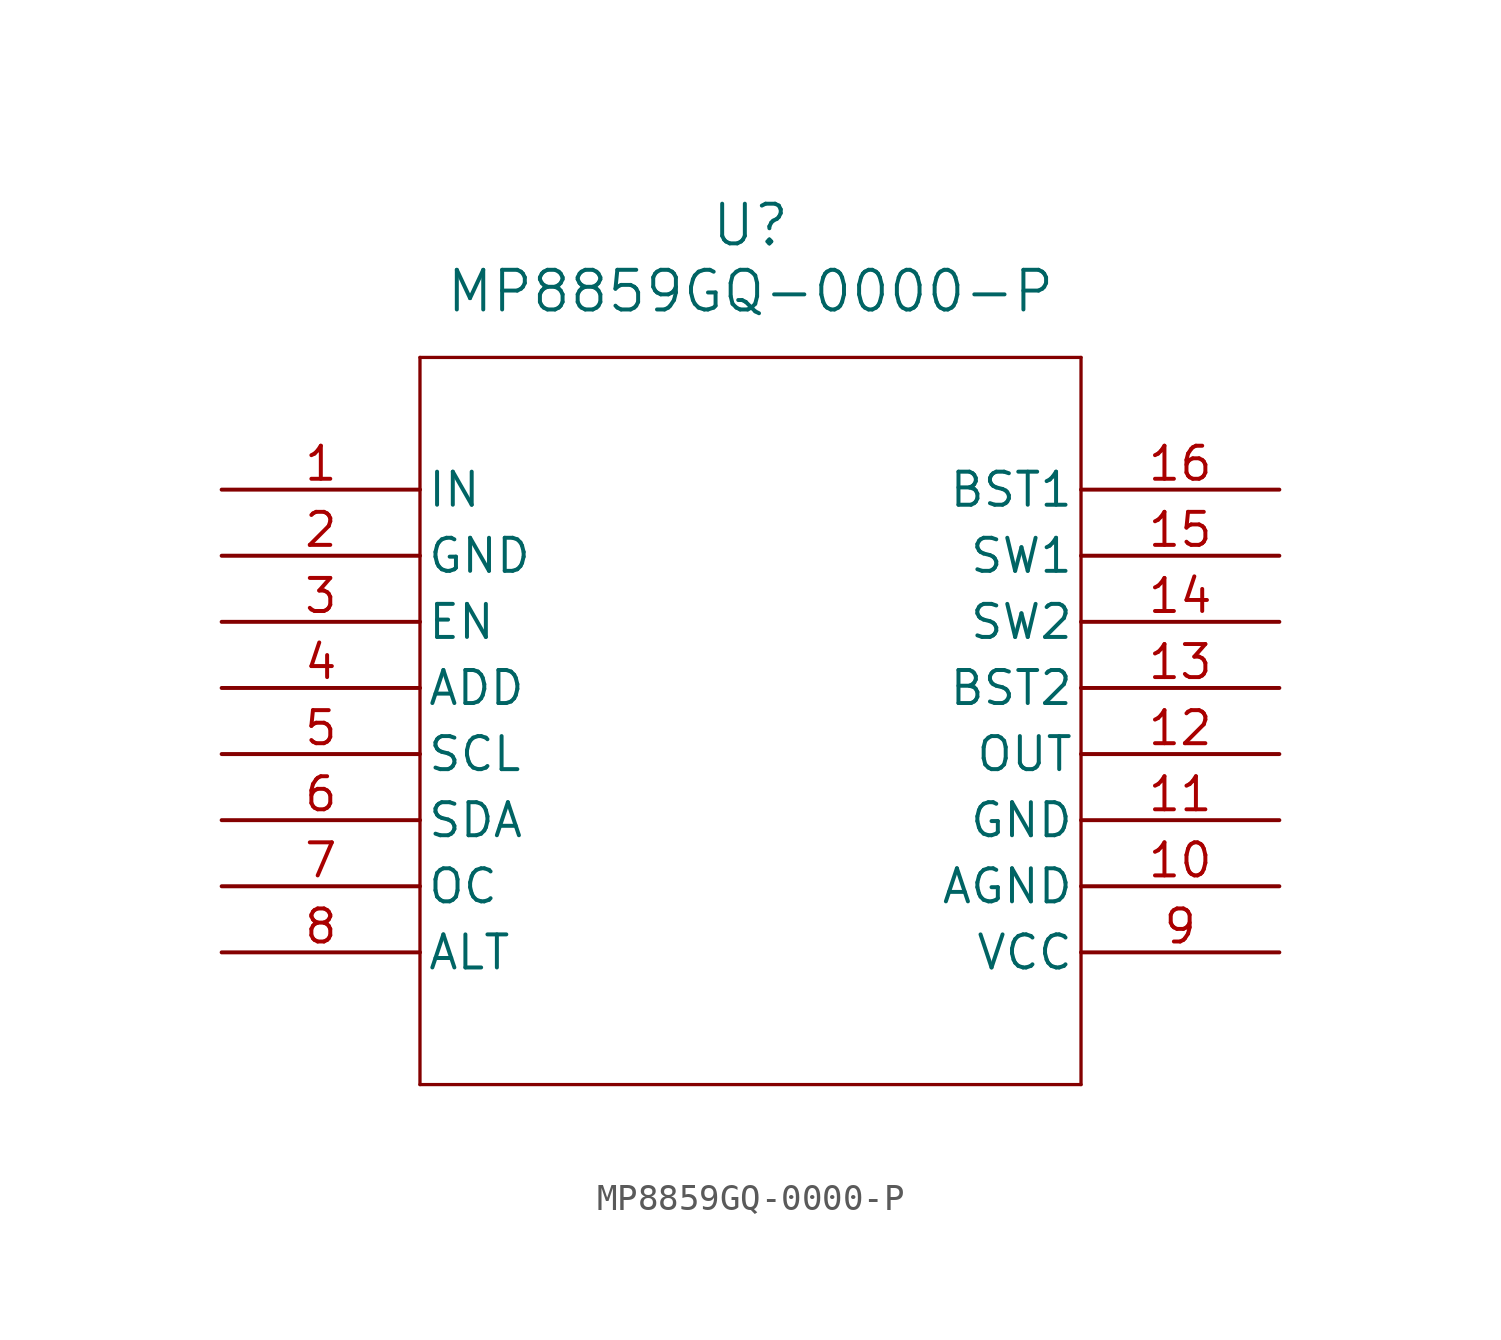
<source format=kicad_sym>
(kicad_symbol_lib
  (version 20211014)
  (generator kicad_symbol_editor)
  (symbol "MP8859GQ-0000-P"
    (pin_names
      (offset 0.254))
    (property "Reference" "U"
      (at 20.32 10.16 0)
      (effects (font (size 1.524 1.524))))
    (property "Value" "MP8859GQ-0000-P"
      (at 20.32 7.62 0)
      (effects (font (size 1.524 1.524))))
    (symbol "MP8859GQ-0000-P_0_1"
      (polyline (pts (xy 7.62 5.08) (xy 7.62 -22.86)) (stroke (width 0.127) (type default) (color 0 0 0 0)) (fill (type none)))
      (polyline (pts (xy 7.62 -22.86) (xy 33.02 -22.86)) (stroke (width 0.127) (type default) (color 0 0 0 0)) (fill (type none)))
      (polyline (pts (xy 33.02 -22.86) (xy 33.02 5.08)) (stroke (width 0.127) (type default) (color 0 0 0 0)) (fill (type none)))
      (polyline (pts (xy 33.02 5.08) (xy 7.62 5.08)) (stroke (width 0.127) (type default) (color 0 0 0 0)) (fill (type none)))
      (pin input line (at 0 0 0) (length 7.62) (name "IN" (effects (font (size 1.27 1.27)))) (number "1" (effects (font (size 1.27 1.27)))))
      (pin power_out line (at 0 -2.54 0) (length 7.62) (name "GND" (effects (font (size 1.27 1.27)))) (number "2" (effects (font (size 1.27 1.27)))))
      (pin unspecified line (at 0 -5.08 0) (length 7.62) (name "EN" (effects (font (size 1.27 1.27)))) (number "3" (effects (font (size 1.27 1.27)))))
      (pin unspecified line (at 0 -7.62 0) (length 7.62) (name "ADD" (effects (font (size 1.27 1.27)))) (number "4" (effects (font (size 1.27 1.27)))))
      (pin unspecified line (at 0 -10.16 0) (length 7.62) (name "SCL" (effects (font (size 1.27 1.27)))) (number "5" (effects (font (size 1.27 1.27)))))
      (pin unspecified line (at 0 -12.7 0) (length 7.62) (name "SDA" (effects (font (size 1.27 1.27)))) (number "6" (effects (font (size 1.27 1.27)))))
      (pin unspecified line (at 0 -15.24 0) (length 7.62) (name "OC" (effects (font (size 1.27 1.27)))) (number "7" (effects (font (size 1.27 1.27)))))
      (pin unspecified line (at 0 -17.78 0) (length 7.62) (name "ALT" (effects (font (size 1.27 1.27)))) (number "8" (effects (font (size 1.27 1.27)))))
      (pin power_in line (at 40.64 -17.78 180) (length 7.62) (name "VCC" (effects (font (size 1.27 1.27)))) (number "9" (effects (font (size 1.27 1.27)))))
      (pin power_out line (at 40.64 -15.24 180) (length 7.62) (name "AGND" (effects (font (size 1.27 1.27)))) (number "10" (effects (font (size 1.27 1.27)))))
      (pin power_out line (at 40.64 -12.7 180) (length 7.62) (name "GND" (effects (font (size 1.27 1.27)))) (number "11" (effects (font (size 1.27 1.27)))))
      (pin output line (at 40.64 -10.16 180) (length 7.62) (name "OUT" (effects (font (size 1.27 1.27)))) (number "12" (effects (font (size 1.27 1.27)))))
      (pin bidirectional line (at 40.64 -7.62 180) (length 7.62) (name "BST2" (effects (font (size 1.27 1.27)))) (number "13" (effects (font (size 1.27 1.27)))))
      (pin bidirectional line (at 40.64 -5.08 180) (length 7.62) (name "SW2" (effects (font (size 1.27 1.27)))) (number "14" (effects (font (size 1.27 1.27)))))
      (pin bidirectional line (at 40.64 -2.54 180) (length 7.62) (name "SW1" (effects (font (size 1.27 1.27)))) (number "15" (effects (font (size 1.27 1.27)))))
      (pin bidirectional line (at 40.64 0 180) (length 7.62) (name "BST1" (effects (font (size 1.27 1.27)))) (number "16" (effects (font (size 1.27 1.27))))))))
</source>
